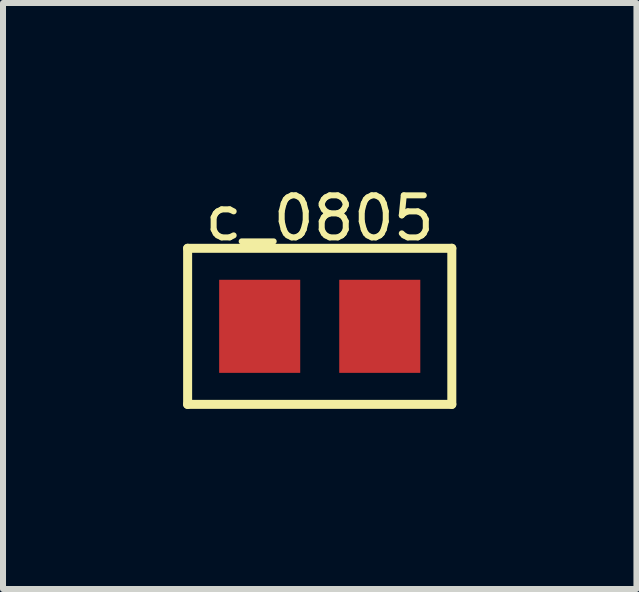
<source format=kicad_pcb>
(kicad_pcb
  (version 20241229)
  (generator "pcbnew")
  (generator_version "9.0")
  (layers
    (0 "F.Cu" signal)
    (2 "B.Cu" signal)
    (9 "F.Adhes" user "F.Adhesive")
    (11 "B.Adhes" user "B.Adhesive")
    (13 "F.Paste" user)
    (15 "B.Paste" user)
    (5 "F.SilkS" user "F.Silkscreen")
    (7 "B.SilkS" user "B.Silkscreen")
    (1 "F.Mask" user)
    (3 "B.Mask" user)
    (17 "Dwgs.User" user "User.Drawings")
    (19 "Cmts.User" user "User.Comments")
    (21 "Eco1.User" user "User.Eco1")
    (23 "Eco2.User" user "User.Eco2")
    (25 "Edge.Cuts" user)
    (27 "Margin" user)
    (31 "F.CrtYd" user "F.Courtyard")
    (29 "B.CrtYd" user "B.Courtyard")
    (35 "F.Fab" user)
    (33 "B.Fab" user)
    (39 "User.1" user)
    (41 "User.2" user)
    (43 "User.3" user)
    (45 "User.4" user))
  (footprint "c_0805"
    (layer "F.Cu")
    (at 2.275 2.385)
    (property "Reference" "c_0805" (at 0 -1.8 0) (layer "F.SilkS") (effects (font (size 0.7 0.7) (thickness 0.1))))
    (attr smd)
    (fp_line (start -2.2 -1.3) (end 2.2 -1.3) (stroke (width 0.15) (type solid)) (layer "F.SilkS"))
    (fp_line (start -2.2 1.3) (end -2.2 -1.3) (stroke (width 0.15) (type solid)) (layer "F.SilkS"))
    (fp_line (start 2.2 -1.3) (end 2.2 1.3) (stroke (width 0.15) (type solid)) (layer "F.SilkS"))
    (fp_line (start 2.2 1.3) (end -2.2 1.3) (stroke (width 0.15) (type solid)) (layer "F.SilkS"))
    (pad "1" smd rect (at 1 0) (size 1.35 1.55) (layers "F.Cu" "F.Mask" "F.Paste"))
    (pad "2" smd rect (at -1 0) (size 1.35 1.55) (layers "F.Cu" "F.Mask" "F.Paste")))
  (gr_rect
    (start -3 -3)
    (end 7.55 6.76)
    (stroke (width 0.1) (type default))
    (fill no)
    (layer "Edge.Cuts")))
</source>
